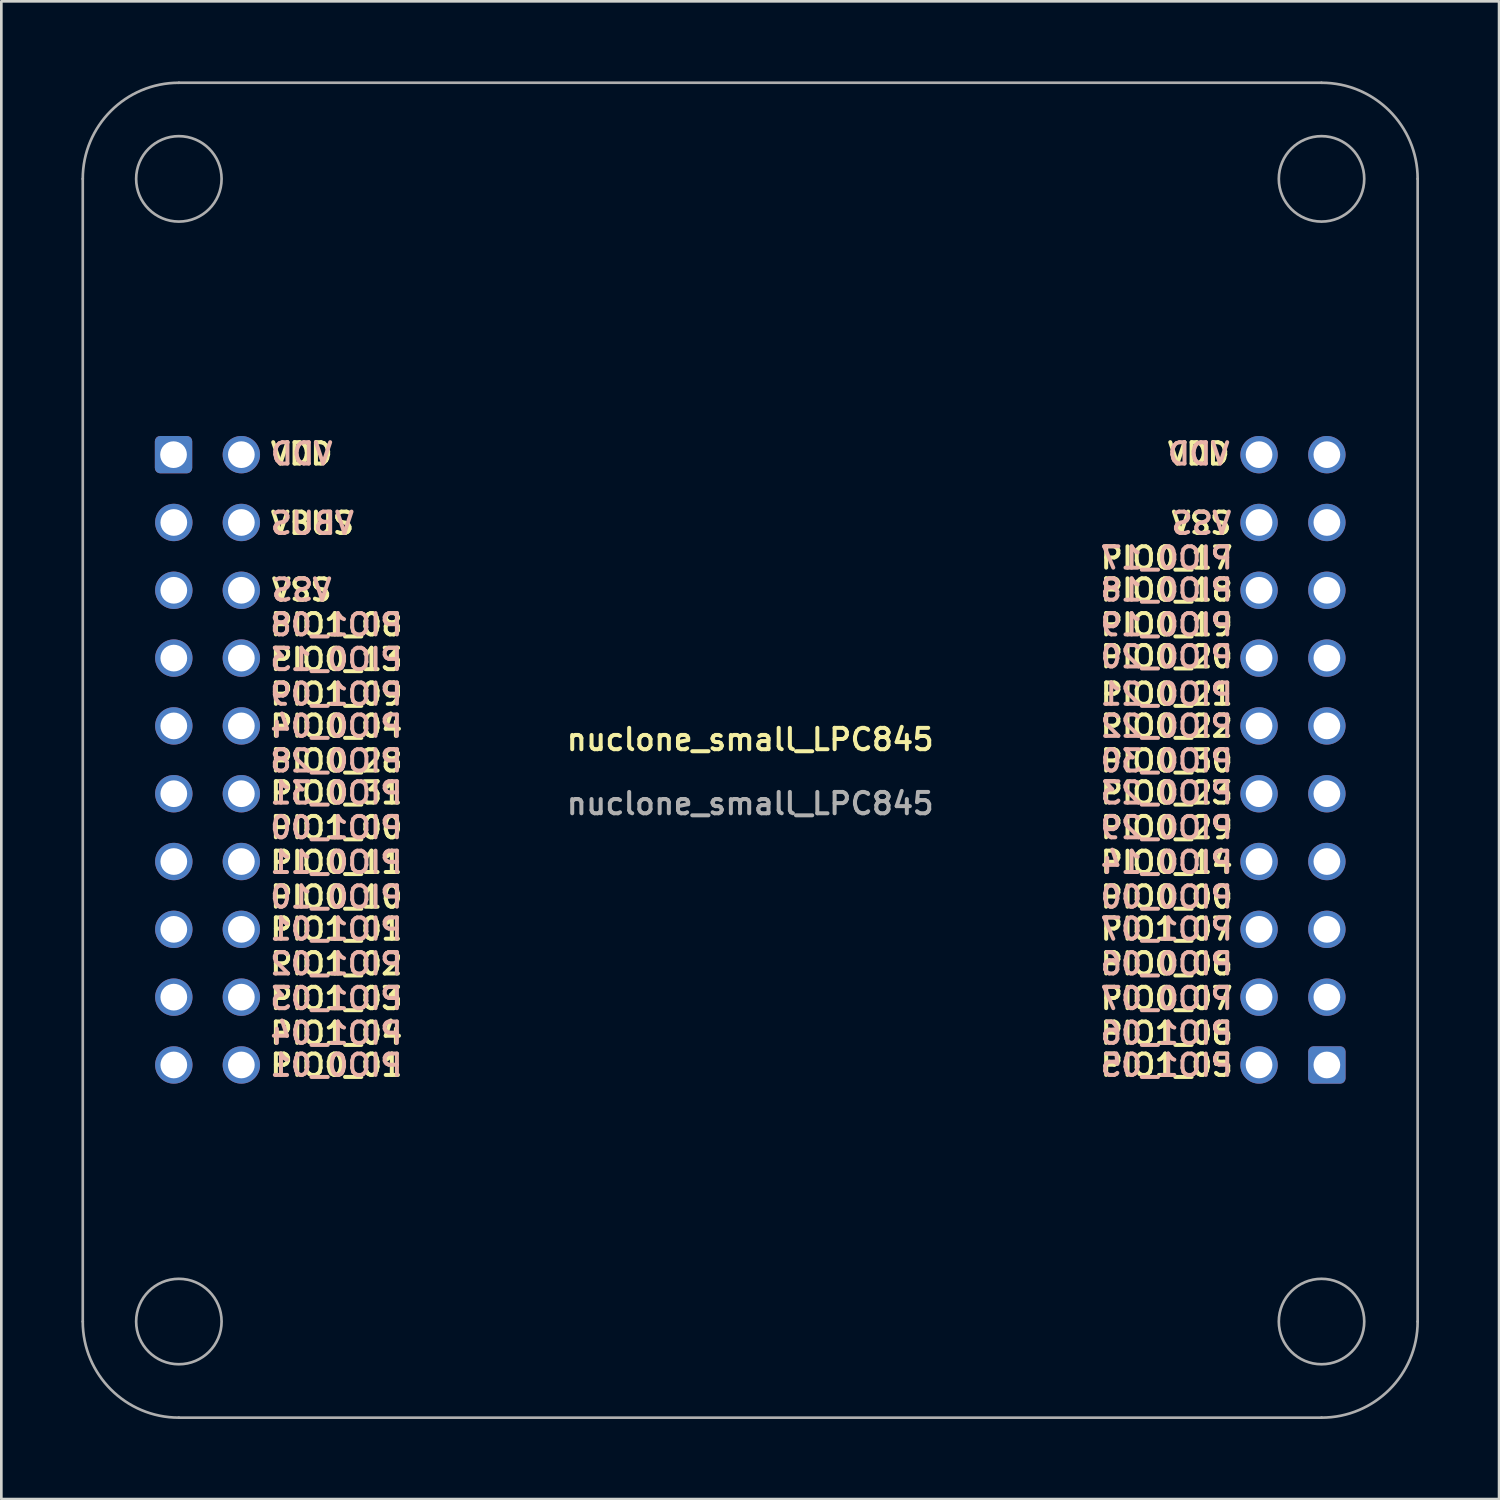
<source format=kicad_pcb>
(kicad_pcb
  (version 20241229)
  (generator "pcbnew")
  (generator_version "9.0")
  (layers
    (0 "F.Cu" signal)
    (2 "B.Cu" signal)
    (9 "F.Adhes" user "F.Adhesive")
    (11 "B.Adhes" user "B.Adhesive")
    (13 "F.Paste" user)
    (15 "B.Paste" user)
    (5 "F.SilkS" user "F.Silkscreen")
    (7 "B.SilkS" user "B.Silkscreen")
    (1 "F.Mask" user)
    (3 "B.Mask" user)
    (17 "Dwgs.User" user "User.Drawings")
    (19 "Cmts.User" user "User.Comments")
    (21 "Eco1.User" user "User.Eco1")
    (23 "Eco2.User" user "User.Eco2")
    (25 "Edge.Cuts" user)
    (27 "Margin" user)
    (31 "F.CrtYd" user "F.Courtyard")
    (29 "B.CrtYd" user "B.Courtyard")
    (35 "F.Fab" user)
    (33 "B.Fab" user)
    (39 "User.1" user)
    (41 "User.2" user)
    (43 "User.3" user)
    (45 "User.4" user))
  (footprint "nuclone_small_LPC845"
    (layer "F.Cu")
    (at 25.05 25.05)
    (property "Reference" "nuclone_small_LPC845" (at 0 -0.4 0) (unlocked yes) (layer "F.SilkS") (effects (font (size 0.8 0.8) (thickness 0.15))))
    (attr through_hole)
    (fp_line (start -25 21.4) (end -25 -21.4) (stroke (width 0.1) (type default)) (layer "F.Fab"))
    (fp_line (start -21.4 -25) (end 21.4 -25) (stroke (width 0.1) (type default)) (layer "F.Fab"))
    (fp_line (start 21.4 25) (end -21.4 25) (stroke (width 0.1) (type default)) (layer "F.Fab"))
    (fp_line (start 25 -21.4) (end 25 21.4) (stroke (width 0.1) (type default)) (layer "F.Fab"))
    (fp_arc (start -25 -21.4) (mid -23.945584 -23.945584) (end -21.4 -25) (stroke (width 0.1) (type default)) (layer "F.Fab"))
    (fp_arc (start -21.4 25) (mid -23.945584 23.945584) (end -25 21.4) (stroke (width 0.1) (type default)) (layer "F.Fab"))
    (fp_arc (start 21.4 -25) (mid 23.945584 -23.945584) (end 25 -21.4) (stroke (width 0.1) (type default)) (layer "F.Fab"))
    (fp_arc (start 25 21.4) (mid 23.945584 23.945584) (end 21.4 25) (stroke (width 0.1) (type default)) (layer "F.Fab"))
    (fp_circle (center -21.4 -21.4) (end -19.8 -21.4) (stroke (width 0.1) (type default)) (fill no) (layer "F.Fab"))
    (fp_circle (center -21.4 21.4) (end -19.8 21.4) (stroke (width 0.1) (type default)) (fill no) (layer "F.Fab"))
    (fp_circle (center 21.4 -21.4) (end 23 -21.4) (stroke (width 0.1) (type default)) (fill no) (layer "F.Fab"))
    (fp_circle (center 21.4 21.4) (end 23 21.4) (stroke (width 0.1) (type default)) (fill no) (layer "F.Fab"))
    (fp_text user "PIO0_21" (at 15.6 -2.1 0) (unlocked yes) (layer "F.SilkS") (effects (font (size 0.8 0.8) (thickness 0.15) (bold yes))))
    (fp_text user "PIO0_17" (at 15.6 -7.2 0) (unlocked yes) (layer "F.SilkS") (effects (font (size 0.8 0.8) (thickness 0.15) (bold yes))))
    (fp_text user "VBUS" (at -16.4 -8.5 0) (unlocked yes) (layer "F.SilkS") (effects (font (size 0.8 0.8) (thickness 0.15) (bold yes))))
    (fp_text user "PIO1_06" (at 15.6 10.6 0) (unlocked yes) (layer "F.SilkS") (effects (font (size 0.8 0.8) (thickness 0.15) (bold yes))))
    (fp_text user "VSS" (at -16.8 -6 0) (unlocked yes) (layer "F.SilkS") (effects (font (size 0.8 0.8) (thickness 0.15) (bold yes))))
    (fp_text user "PIO0_07" (at 15.6 9.3 0) (unlocked yes) (layer "F.SilkS") (effects (font (size 0.8 0.8) (thickness 0.15) (bold yes))))
    (fp_text user "PIO0_00" (at 15.6 5.5 0) (unlocked yes) (layer "F.SilkS") (effects (font (size 0.8 0.8) (thickness 0.15) (bold yes))))
    (fp_text user "PIO0_19" (at 15.6 -4.7 0) (unlocked yes) (layer "F.SilkS") (effects (font (size 0.8 0.8) (thickness 0.15) (bold yes))))
    (fp_text user "PIO0_30" (at 15.6 0.4 0) (unlocked yes) (layer "F.SilkS") (effects (font (size 0.8 0.8) (thickness 0.15) (bold yes))))
    (fp_text user "VDD" (at -16.8 -11.1 0) (unlocked yes) (layer "F.SilkS") (effects (font (size 0.8 0.8) (thickness 0.15) (bold yes))))
    (fp_text user "PIO0_31" (at -15.5 1.6 0) (unlocked yes) (layer "F.SilkS") (effects (font (size 0.8 0.8) (thickness 0.15) (bold yes))))
    (fp_text user "PIO0_14" (at 15.6 4.2 0) (unlocked yes) (layer "F.SilkS") (effects (font (size 0.8 0.8) (thickness 0.15) (bold yes))))
    (fp_text user "PIO0_20" (at 15.6 -3.5 0) (unlocked yes) (layer "F.SilkS") (effects (font (size 0.8 0.8) (thickness 0.15) (bold yes))))
    (fp_text user "PIO1_01" (at -15.5 6.7 0) (unlocked yes) (layer "F.SilkS") (effects (font (size 0.8 0.8) (thickness 0.15) (bold yes))))
    (fp_text user "PIO0_28" (at -15.5 0.4 0) (unlocked yes) (layer "F.SilkS") (effects (font (size 0.8 0.8) (thickness 0.15) (bold yes))))
    (fp_text user "PIO1_02" (at -15.5 8 0) (unlocked yes) (layer "F.SilkS") (effects (font (size 0.8 0.8) (thickness 0.15) (bold yes))))
    (fp_text user "PIO0_22" (at 15.6 -0.9 0) (unlocked yes) (layer "F.SilkS") (effects (font (size 0.8 0.8) (thickness 0.15) (bold yes))))
    (fp_text user "PIO1_03" (at -15.5 9.3 0) (unlocked yes) (layer "F.SilkS") (effects (font (size 0.8 0.8) (thickness 0.15) (bold yes))))
    (fp_text user "PIO1_04" (at -15.5 10.6 0) (unlocked yes) (layer "F.SilkS") (effects (font (size 0.8 0.8) (thickness 0.15) (bold yes))))
    (fp_text user "PIO0_04" (at -15.5 -0.9 0) (unlocked yes) (layer "F.SilkS") (effects (font (size 0.8 0.8) (thickness 0.15) (bold yes))))
    (fp_text user "PIO0_23" (at 15.6 1.6 0) (unlocked yes) (layer "F.SilkS") (effects (font (size 0.8 0.8) (thickness 0.15) (bold yes))))
    (fp_text user "PIO1_00" (at -15.5 2.9 0) (unlocked yes) (layer "F.SilkS") (effects (font (size 0.8 0.8) (thickness 0.15) (bold yes))))
    (fp_text user "PIO1_09" (at -15.5 -2.1 0) (unlocked yes) (layer "F.SilkS") (effects (font (size 0.8 0.8) (thickness 0.15) (bold yes))))
    (fp_text user "PIO0_10" (at -15.5 5.5 0) (unlocked yes) (layer "F.SilkS") (effects (font (size 0.8 0.8) (thickness 0.15) (bold yes))))
    (fp_text user "PIO0_11" (at -15.5 4.2 0) (unlocked yes) (layer "F.SilkS") (effects (font (size 0.8 0.8) (thickness 0.15) (bold yes))))
    (fp_text user "PIO0_13" (at -15.5 -3.4 0) (unlocked yes) (layer "F.SilkS") (effects (font (size 0.8 0.8) (thickness 0.15) (bold yes))))
    (fp_text user "VDD" (at 16.8 -11.1 0) (unlocked yes) (layer "F.SilkS") (effects (font (size 0.8 0.8) (thickness 0.15) (bold yes))))
    (fp_text user "PIO0_18" (at 15.6 -6 0) (unlocked yes) (layer "F.SilkS") (effects (font (size 0.8 0.8) (thickness 0.15) (bold yes))))
    (fp_text user "PIO1_07" (at 15.6 6.7 0) (unlocked yes) (layer "F.SilkS") (effects (font (size 0.8 0.8) (thickness 0.15) (bold yes))))
    (fp_text user "PIO1_08" (at -15.5 -4.7 0) (unlocked yes) (layer "F.SilkS") (effects (font (size 0.8 0.8) (thickness 0.15) (bold yes))))
    (fp_text user "PIO0_29" (at 15.6 2.9 0) (unlocked yes) (layer "F.SilkS") (effects (font (size 0.8 0.8) (thickness 0.15) (bold yes))))
    (fp_text user "PIO0_06" (at 15.6 8 0) (unlocked yes) (layer "F.SilkS") (effects (font (size 0.8 0.8) (thickness 0.15) (bold yes))))
    (fp_text user "PIO1_05" (at 15.6 11.8 0) (unlocked yes) (layer "F.SilkS") (effects (font (size 0.8 0.8) (thickness 0.15) (bold yes))))
    (fp_text user "PIO0_01" (at -15.5 11.8 0) (unlocked yes) (layer "F.SilkS") (effects (font (size 0.8 0.8) (thickness 0.15) (bold yes))))
    (fp_text user "VSS" (at 16.9 -8.5 0) (unlocked yes) (layer "F.SilkS") (effects (font (size 0.8 0.8) (thickness 0.15) (bold yes))))
    (fp_text user "PIO0_23" (at 15.6 1.6 0) (unlocked yes) (layer "B.SilkS") (effects (font (size 0.8 0.8) (thickness 0.15) (bold yes)) (justify mirror)))
    (fp_text user "VDD" (at 16.8 -11.1 0) (unlocked yes) (layer "B.SilkS") (effects (font (size 0.8 0.8) (thickness 0.15) (bold yes)) (justify mirror)))
    (fp_text user "PIO0_20" (at 15.6 -3.5 0) (unlocked yes) (layer "B.SilkS") (effects (font (size 0.8 0.8) (thickness 0.15) (bold yes)) (justify mirror)))
    (fp_text user "PIO1_02" (at -15.5 8 0) (unlocked yes) (layer "B.SilkS") (effects (font (size 0.8 0.8) (thickness 0.15) (bold yes)) (justify mirror)))
    (fp_text user "PIO1_05" (at 15.6 11.8 0) (unlocked yes) (layer "B.SilkS") (effects (font (size 0.8 0.8) (thickness 0.15) (bold yes)) (justify mirror)))
    (fp_text user "PIO1_01" (at -15.5 6.7 0) (unlocked yes) (layer "B.SilkS") (effects (font (size 0.8 0.8) (thickness 0.15) (bold yes)) (justify mirror)))
    (fp_text user "PIO1_07" (at 15.6 6.7 0) (unlocked yes) (layer "B.SilkS") (effects (font (size 0.8 0.8) (thickness 0.15) (bold yes)) (justify mirror)))
    (fp_text user "PIO0_13" (at -15.5 -3.4 0) (unlocked yes) (layer "B.SilkS") (effects (font (size 0.8 0.8) (thickness 0.15) (bold yes)) (justify mirror)))
    (fp_text user "PIO0_00" (at 15.6 5.5 0) (unlocked yes) (layer "B.SilkS") (effects (font (size 0.8 0.8) (thickness 0.15) (bold yes)) (justify mirror)))
    (fp_text user "PIO0_06" (at 15.6 8 0) (unlocked yes) (layer "B.SilkS") (effects (font (size 0.8 0.8) (thickness 0.15) (bold yes)) (justify mirror)))
    (fp_text user "PIO0_28" (at -15.5 0.4 0) (unlocked yes) (layer "B.SilkS") (effects (font (size 0.8 0.8) (thickness 0.15) (bold yes)) (justify mirror)))
    (fp_text user "PIO1_08" (at -15.5 -4.7 0) (unlocked yes) (layer "B.SilkS") (effects (font (size 0.8 0.8) (thickness 0.15) (bold yes)) (justify mirror)))
    (fp_text user "VBUS" (at -16.4 -8.5 0) (unlocked yes) (layer "B.SilkS") (effects (font (size 0.8 0.8) (thickness 0.15) (bold yes)) (justify mirror)))
    (fp_text user "PIO0_30" (at 15.6 0.4 0) (unlocked yes) (layer "B.SilkS") (effects (font (size 0.8 0.8) (thickness 0.15) (bold yes)) (justify mirror)))
    (fp_text user "PIO1_04" (at -15.5 10.6 0) (unlocked yes) (layer "B.SilkS") (effects (font (size 0.8 0.8) (thickness 0.15) (bold yes)) (justify mirror)))
    (fp_text user "PIO1_06" (at 15.6 10.6 0) (unlocked yes) (layer "B.SilkS") (effects (font (size 0.8 0.8) (thickness 0.15) (bold yes)) (justify mirror)))
    (fp_text user "PIO0_19" (at 15.6 -4.7 0) (unlocked yes) (layer "B.SilkS") (effects (font (size 0.8 0.8) (thickness 0.15) (bold yes)) (justify mirror)))
    (fp_text user "VSS" (at 16.9 -8.5 0) (unlocked yes) (layer "B.SilkS") (effects (font (size 0.8 0.8) (thickness 0.15) (bold yes)) (justify mirror)))
    (fp_text user "PIO0_11" (at -15.5 4.2 0) (unlocked yes) (layer "B.SilkS") (effects (font (size 0.8 0.8) (thickness 0.15) (bold yes)) (justify mirror)))
    (fp_text user "PIO0_21" (at 15.6 -2.1 0) (unlocked yes) (layer "B.SilkS") (effects (font (size 0.8 0.8) (thickness 0.15) (bold yes)) (justify mirror)))
    (fp_text user "PIO0_01" (at -15.5 11.8 0) (unlocked yes) (layer "B.SilkS") (effects (font (size 0.8 0.8) (thickness 0.15) (bold yes)) (justify mirror)))
    (fp_text user "PIO1_00" (at -15.5 2.9 0) (unlocked yes) (layer "B.SilkS") (effects (font (size 0.8 0.8) (thickness 0.15) (bold yes)) (justify mirror)))
    (fp_text user "PIO0_22" (at 15.6 -0.9 0) (unlocked yes) (layer "B.SilkS") (effects (font (size 0.8 0.8) (thickness 0.15) (bold yes)) (justify mirror)))
    (fp_text user "PIO0_17" (at 15.6 -7.2 0) (unlocked yes) (layer "B.SilkS") (effects (font (size 0.8 0.8) (thickness 0.15) (bold yes)) (justify mirror)))
    (fp_text user "PIO0_29" (at 15.6 2.9 0) (unlocked yes) (layer "B.SilkS") (effects (font (size 0.8 0.8) (thickness 0.15) (bold yes)) (justify mirror)))
    (fp_text user "PIO0_14" (at 15.6 4.2 0) (unlocked yes) (layer "B.SilkS") (effects (font (size 0.8 0.8) (thickness 0.15) (bold yes)) (justify mirror)))
    (fp_text user "PIO0_31" (at -15.5 1.6 0) (unlocked yes) (layer "B.SilkS") (effects (font (size 0.8 0.8) (thickness 0.15) (bold yes)) (justify mirror)))
    (fp_text user "PIO0_07" (at 15.6 9.3 0) (unlocked yes) (layer "B.SilkS") (effects (font (size 0.8 0.8) (thickness 0.15) (bold yes)) (justify mirror)))
    (fp_text user "PIO1_09" (at -15.5 -2.1 0) (unlocked yes) (layer "B.SilkS") (effects (font (size 0.8 0.8) (thickness 0.15) (bold yes)) (justify mirror)))
    (fp_text user "PIO0_04" (at -15.5 -0.9 0) (unlocked yes) (layer "B.SilkS") (effects (font (size 0.8 0.8) (thickness 0.15) (bold yes)) (justify mirror)))
    (fp_text user "PIO0_10" (at -15.5 5.5 0) (unlocked yes) (layer "B.SilkS") (effects (font (size 0.8 0.8) (thickness 0.15) (bold yes)) (justify mirror)))
    (fp_text user "VDD" (at -16.8 -11.1 0) (unlocked yes) (layer "B.SilkS") (effects (font (size 0.8 0.8) (thickness 0.15) (bold yes)) (justify mirror)))
    (fp_text user "VSS" (at -16.8 -6 0) (unlocked yes) (layer "B.SilkS") (effects (font (size 0.8 0.8) (thickness 0.15) (bold yes)) (justify mirror)))
    (fp_text user "PIO0_18" (at 15.6 -6 0) (unlocked yes) (layer "B.SilkS") (effects (font (size 0.8 0.8) (thickness 0.15) (bold yes)) (justify mirror)))
    (fp_text user "PIO1_03" (at -15.5 9.3 0) (unlocked yes) (layer "B.SilkS") (effects (font (size 0.8 0.8) (thickness 0.15) (bold yes)) (justify mirror)))
    (fp_text user "${REFERENCE}" (at 0 2 0) (unlocked yes) (layer "F.Fab") (effects (font (size 0.8 0.8) (thickness 0.15))))
    (pad "1" thru_hole roundrect (at -21.6 -11.07) (size 1.4 1.4) (drill 1) (layers "*.Cu" "*.Mask") (roundrect_rratio 0.143))
    (pad "2" thru_hole circle (at -19.06 -11.07) (size 1.4 1.4) (drill 1) (layers "*.Cu" "*.Mask"))
    (pad "3" thru_hole circle (at -21.59 -8.53) (size 1.4 1.4) (drill 1) (layers "*.Cu" "*.Mask"))
    (pad "4" thru_hole circle (at -19.06 -8.53) (size 1.4 1.4) (drill 1) (layers "*.Cu" "*.Mask"))
    (pad "5" thru_hole circle (at -21.59 -5.99) (size 1.4 1.4) (drill 1) (layers "*.Cu" "*.Mask"))
    (pad "6" thru_hole circle (at -19.06 -5.99) (size 1.4 1.4) (drill 1) (layers "*.Cu" "*.Mask"))
    (pad "7" thru_hole circle (at -21.59 -3.45) (size 1.4 1.4) (drill 1) (layers "*.Cu" "*.Mask"))
    (pad "8" thru_hole circle (at -19.06 -3.45) (size 1.4 1.4) (drill 1) (layers "*.Cu" "*.Mask"))
    (pad "9" thru_hole circle (at -21.59 -0.91) (size 1.4 1.4) (drill 1) (layers "*.Cu" "*.Mask"))
    (pad "10" thru_hole circle (at -19.06 -0.91) (size 1.4 1.4) (drill 1) (layers "*.Cu" "*.Mask"))
    (pad "11" thru_hole circle (at -21.59 1.63) (size 1.4 1.4) (drill 1) (layers "*.Cu" "*.Mask"))
    (pad "12" thru_hole circle (at -19.06 1.63) (size 1.4 1.4) (drill 1) (layers "*.Cu" "*.Mask"))
    (pad "13" thru_hole circle (at -21.59 4.17) (size 1.4 1.4) (drill 1) (layers "*.Cu" "*.Mask"))
    (pad "14" thru_hole circle (at -19.06 4.17) (size 1.4 1.4) (drill 1) (layers "*.Cu" "*.Mask"))
    (pad "15" thru_hole circle (at -21.59 6.71) (size 1.4 1.4) (drill 1) (layers "*.Cu" "*.Mask"))
    (pad "16" thru_hole circle (at -19.06 6.71) (size 1.4 1.4) (drill 1) (layers "*.Cu" "*.Mask"))
    (pad "17" thru_hole circle (at -21.59 9.25) (size 1.4 1.4) (drill 1) (layers "*.Cu" "*.Mask"))
    (pad "18" thru_hole circle (at -19.06 9.25) (size 1.4 1.4) (drill 1) (layers "*.Cu" "*.Mask"))
    (pad "19" thru_hole circle (at -21.59 11.79) (size 1.4 1.4) (drill 1) (layers "*.Cu" "*.Mask"))
    (pad "20" thru_hole circle (at -19.06 11.79) (size 1.4 1.4) (drill 1) (layers "*.Cu" "*.Mask"))
    (pad "21" thru_hole roundrect (at 21.6 11.79 180) (size 1.4 1.4) (drill 1) (layers "*.Cu" "*.Mask") (roundrect_rratio 0.143))
    (pad "22" thru_hole circle (at 19.06 11.79 180) (size 1.4 1.4) (drill 1) (layers "*.Cu" "*.Mask"))
    (pad "23" thru_hole circle (at 21.6 9.25 180) (size 1.4 1.4) (drill 1) (layers "*.Cu" "*.Mask"))
    (pad "24" thru_hole circle (at 19.06 9.25 180) (size 1.4 1.4) (drill 1) (layers "*.Cu" "*.Mask"))
    (pad "25" thru_hole circle (at 21.6 6.71 180) (size 1.4 1.4) (drill 1) (layers "*.Cu" "*.Mask"))
    (pad "26" thru_hole circle (at 19.06 6.71 180) (size 1.4 1.4) (drill 1) (layers "*.Cu" "*.Mask"))
    (pad "27" thru_hole circle (at 21.6 4.17 180) (size 1.4 1.4) (drill 1) (layers "*.Cu" "*.Mask"))
    (pad "28" thru_hole circle (at 19.06 4.17 180) (size 1.4 1.4) (drill 1) (layers "*.Cu" "*.Mask"))
    (pad "29" thru_hole circle (at 21.6 1.63 180) (size 1.4 1.4) (drill 1) (layers "*.Cu" "*.Mask"))
    (pad "30" thru_hole circle (at 19.06 1.63 180) (size 1.4 1.4) (drill 1) (layers "*.Cu" "*.Mask"))
    (pad "31" thru_hole circle (at 21.6 -0.91 180) (size 1.4 1.4) (drill 1) (layers "*.Cu" "*.Mask"))
    (pad "32" thru_hole circle (at 19.06 -0.91 180) (size 1.4 1.4) (drill 1) (layers "*.Cu" "*.Mask"))
    (pad "33" thru_hole circle (at 21.6 -3.45 180) (size 1.4 1.4) (drill 1) (layers "*.Cu" "*.Mask"))
    (pad "34" thru_hole circle (at 19.06 -3.45 180) (size 1.4 1.4) (drill 1) (layers "*.Cu" "*.Mask"))
    (pad "35" thru_hole circle (at 21.6 -5.99 180) (size 1.4 1.4) (drill 1) (layers "*.Cu" "*.Mask"))
    (pad "36" thru_hole circle (at 19.06 -5.99 180) (size 1.4 1.4) (drill 1) (layers "*.Cu" "*.Mask"))
    (pad "37" thru_hole circle (at 21.6 -8.53 180) (size 1.4 1.4) (drill 1) (layers "*.Cu" "*.Mask"))
    (pad "38" thru_hole circle (at 19.06 -8.53 180) (size 1.4 1.4) (drill 1) (layers "*.Cu" "*.Mask"))
    (pad "39" thru_hole circle (at 21.6 -11.07 180) (size 1.4 1.4) (drill 1) (layers "*.Cu" "*.Mask"))
    (pad "40" thru_hole circle (at 19.06 -11.07 180) (size 1.4 1.4) (drill 1) (layers "*.Cu" "*.Mask")))
  (gr_rect
    (start -3 -3)
    (end 53.1 53.1)
    (stroke (width 0.1) (type default))
    (fill no)
    (layer "Edge.Cuts")))
</source>
